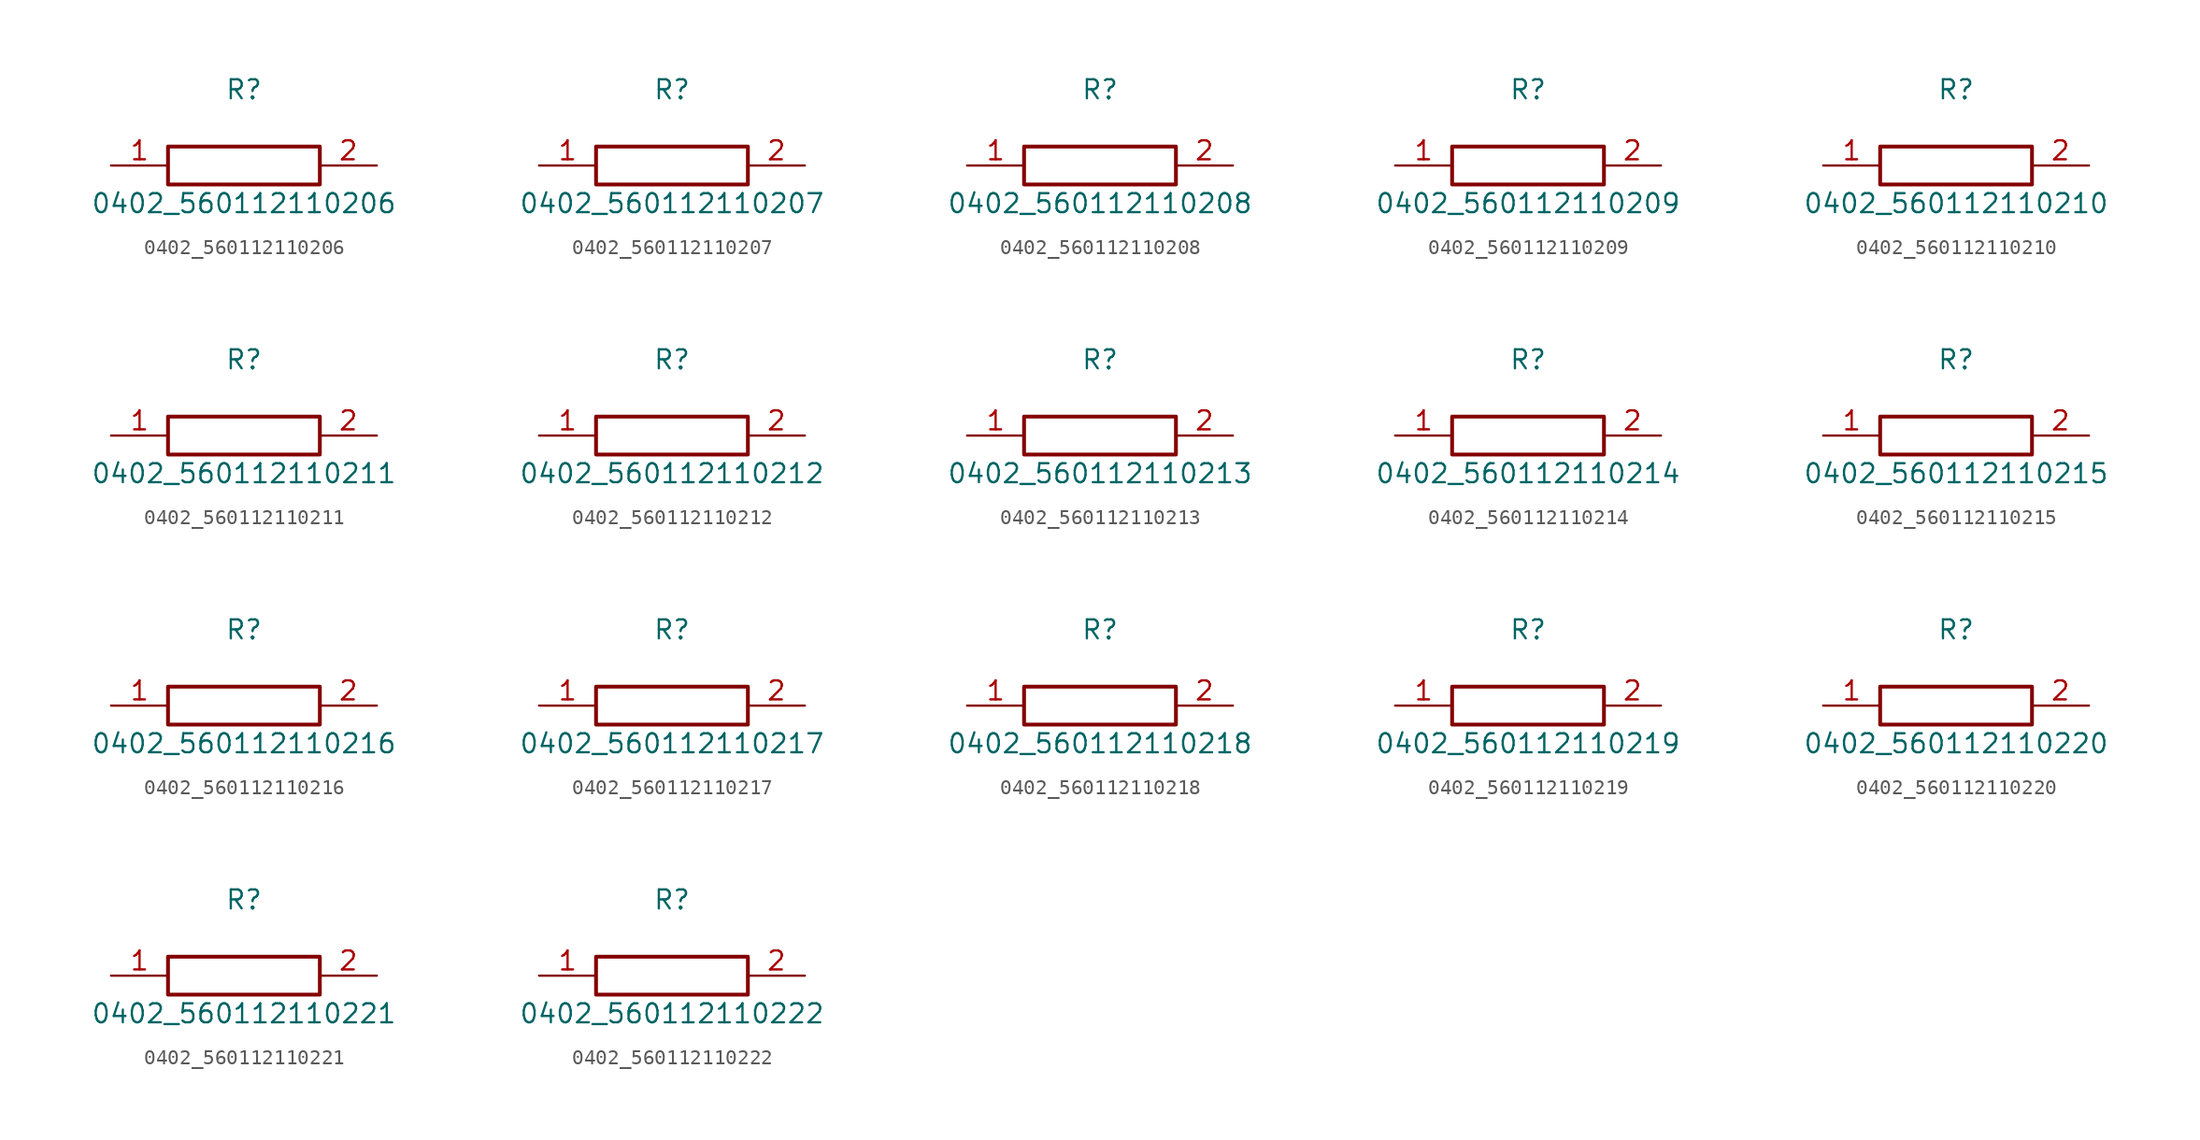
<source format=kicad_sym>
(kicad_symbol_lib
  (version 20211014)
  (generator kicad_symbol_editor)
  (symbol "Resistor_Wurth_WRIS-RSKS:0402_560112110206"
    (pin_names hide)
    (property "Reference" "R"
      (at 0 5.08 0)
      (effects (font (size 1.27 1.27))))
    (property "Value" "0402_560112110206"
      (at 0 -2.54 0)
      (effects (font (size 1.27 1.27))))
    (symbol "0402_560112110206_0_1"
      (rectangle (start -5.08 1.27) (end 5.08 -1.27) (stroke (width 0.254) (type solid)) (fill (type none)))
      (pin passive line (at -8.89 0 0) (length 3.81) (name "1" (effects (font (size 1.27 1.27)))) (number "1" (effects (font (size 1.27 1.27)))))
      (pin passive line (at 8.89 0 180) (length 3.81) (name "2" (effects (font (size 1.27 1.27)))) (number "2" (effects (font (size 1.27 1.27)))))))
  (symbol "Resistor_Wurth_WRIS-RSKS:0402_560112110207"
    (pin_names hide)
    (property "Reference" "R"
      (at 0 5.08 0)
      (effects (font (size 1.27 1.27))))
    (property "Value" "0402_560112110207"
      (at 0 -2.54 0)
      (effects (font (size 1.27 1.27))))
    (symbol "0402_560112110207_0_1"
      (rectangle (start -5.08 1.27) (end 5.08 -1.27) (stroke (width 0.254) (type solid)) (fill (type none)))
      (pin passive line (at -8.89 0 0) (length 3.81) (name "1" (effects (font (size 1.27 1.27)))) (number "1" (effects (font (size 1.27 1.27)))))
      (pin passive line (at 8.89 0 180) (length 3.81) (name "2" (effects (font (size 1.27 1.27)))) (number "2" (effects (font (size 1.27 1.27)))))))
  (symbol "Resistor_Wurth_WRIS-RSKS:0402_560112110208"
    (pin_names hide)
    (property "Reference" "R"
      (at 0 5.08 0)
      (effects (font (size 1.27 1.27))))
    (property "Value" "0402_560112110208"
      (at 0 -2.54 0)
      (effects (font (size 1.27 1.27))))
    (symbol "0402_560112110208_0_1"
      (rectangle (start -5.08 1.27) (end 5.08 -1.27) (stroke (width 0.254) (type solid)) (fill (type none)))
      (pin passive line (at -8.89 0 0) (length 3.81) (name "1" (effects (font (size 1.27 1.27)))) (number "1" (effects (font (size 1.27 1.27)))))
      (pin passive line (at 8.89 0 180) (length 3.81) (name "2" (effects (font (size 1.27 1.27)))) (number "2" (effects (font (size 1.27 1.27)))))))
  (symbol "Resistor_Wurth_WRIS-RSKS:0402_560112110209"
    (pin_names hide)
    (property "Reference" "R"
      (at 0 5.08 0)
      (effects (font (size 1.27 1.27))))
    (property "Value" "0402_560112110209"
      (at 0 -2.54 0)
      (effects (font (size 1.27 1.27))))
    (symbol "0402_560112110209_0_1"
      (rectangle (start -5.08 1.27) (end 5.08 -1.27) (stroke (width 0.254) (type solid)) (fill (type none)))
      (pin passive line (at -8.89 0 0) (length 3.81) (name "1" (effects (font (size 1.27 1.27)))) (number "1" (effects (font (size 1.27 1.27)))))
      (pin passive line (at 8.89 0 180) (length 3.81) (name "2" (effects (font (size 1.27 1.27)))) (number "2" (effects (font (size 1.27 1.27)))))))
  (symbol "Resistor_Wurth_WRIS-RSKS:0402_560112110210"
    (pin_names hide)
    (property "Reference" "R"
      (at 0 5.08 0)
      (effects (font (size 1.27 1.27))))
    (property "Value" "0402_560112110210"
      (at 0 -2.54 0)
      (effects (font (size 1.27 1.27))))
    (symbol "0402_560112110210_0_1"
      (rectangle (start -5.08 1.27) (end 5.08 -1.27) (stroke (width 0.254) (type solid)) (fill (type none)))
      (pin passive line (at -8.89 0 0) (length 3.81) (name "1" (effects (font (size 1.27 1.27)))) (number "1" (effects (font (size 1.27 1.27)))))
      (pin passive line (at 8.89 0 180) (length 3.81) (name "2" (effects (font (size 1.27 1.27)))) (number "2" (effects (font (size 1.27 1.27)))))))
  (symbol "Resistor_Wurth_WRIS-RSKS:0402_560112110211"
    (pin_names hide)
    (property "Reference" "R"
      (at 0 5.08 0)
      (effects (font (size 1.27 1.27))))
    (property "Value" "0402_560112110211"
      (at 0 -2.54 0)
      (effects (font (size 1.27 1.27))))
    (symbol "0402_560112110211_0_1"
      (rectangle (start -5.08 1.27) (end 5.08 -1.27) (stroke (width 0.254) (type solid)) (fill (type none)))
      (pin passive line (at -8.89 0 0) (length 3.81) (name "1" (effects (font (size 1.27 1.27)))) (number "1" (effects (font (size 1.27 1.27)))))
      (pin passive line (at 8.89 0 180) (length 3.81) (name "2" (effects (font (size 1.27 1.27)))) (number "2" (effects (font (size 1.27 1.27)))))))
  (symbol "Resistor_Wurth_WRIS-RSKS:0402_560112110212"
    (pin_names hide)
    (property "Reference" "R"
      (at 0 5.08 0)
      (effects (font (size 1.27 1.27))))
    (property "Value" "0402_560112110212"
      (at 0 -2.54 0)
      (effects (font (size 1.27 1.27))))
    (symbol "0402_560112110212_0_1"
      (rectangle (start -5.08 1.27) (end 5.08 -1.27) (stroke (width 0.254) (type solid)) (fill (type none)))
      (pin passive line (at -8.89 0 0) (length 3.81) (name "1" (effects (font (size 1.27 1.27)))) (number "1" (effects (font (size 1.27 1.27)))))
      (pin passive line (at 8.89 0 180) (length 3.81) (name "2" (effects (font (size 1.27 1.27)))) (number "2" (effects (font (size 1.27 1.27)))))))
  (symbol "Resistor_Wurth_WRIS-RSKS:0402_560112110213"
    (pin_names hide)
    (property "Reference" "R"
      (at 0 5.08 0)
      (effects (font (size 1.27 1.27))))
    (property "Value" "0402_560112110213"
      (at 0 -2.54 0)
      (effects (font (size 1.27 1.27))))
    (symbol "0402_560112110213_0_1"
      (rectangle (start -5.08 1.27) (end 5.08 -1.27) (stroke (width 0.254) (type solid)) (fill (type none)))
      (pin passive line (at -8.89 0 0) (length 3.81) (name "1" (effects (font (size 1.27 1.27)))) (number "1" (effects (font (size 1.27 1.27)))))
      (pin passive line (at 8.89 0 180) (length 3.81) (name "2" (effects (font (size 1.27 1.27)))) (number "2" (effects (font (size 1.27 1.27)))))))
  (symbol "Resistor_Wurth_WRIS-RSKS:0402_560112110214"
    (pin_names hide)
    (property "Reference" "R"
      (at 0 5.08 0)
      (effects (font (size 1.27 1.27))))
    (property "Value" "0402_560112110214"
      (at 0 -2.54 0)
      (effects (font (size 1.27 1.27))))
    (symbol "0402_560112110214_0_1"
      (rectangle (start -5.08 1.27) (end 5.08 -1.27) (stroke (width 0.254) (type solid)) (fill (type none)))
      (pin passive line (at -8.89 0 0) (length 3.81) (name "1" (effects (font (size 1.27 1.27)))) (number "1" (effects (font (size 1.27 1.27)))))
      (pin passive line (at 8.89 0 180) (length 3.81) (name "2" (effects (font (size 1.27 1.27)))) (number "2" (effects (font (size 1.27 1.27)))))))
  (symbol "Resistor_Wurth_WRIS-RSKS:0402_560112110215"
    (pin_names hide)
    (property "Reference" "R"
      (at 0 5.08 0)
      (effects (font (size 1.27 1.27))))
    (property "Value" "0402_560112110215"
      (at 0 -2.54 0)
      (effects (font (size 1.27 1.27))))
    (symbol "0402_560112110215_0_1"
      (rectangle (start -5.08 1.27) (end 5.08 -1.27) (stroke (width 0.254) (type solid)) (fill (type none)))
      (pin passive line (at -8.89 0 0) (length 3.81) (name "1" (effects (font (size 1.27 1.27)))) (number "1" (effects (font (size 1.27 1.27)))))
      (pin passive line (at 8.89 0 180) (length 3.81) (name "2" (effects (font (size 1.27 1.27)))) (number "2" (effects (font (size 1.27 1.27)))))))
  (symbol "Resistor_Wurth_WRIS-RSKS:0402_560112110216"
    (pin_names hide)
    (property "Reference" "R"
      (at 0 5.08 0)
      (effects (font (size 1.27 1.27))))
    (property "Value" "0402_560112110216"
      (at 0 -2.54 0)
      (effects (font (size 1.27 1.27))))
    (symbol "0402_560112110216_0_1"
      (rectangle (start -5.08 1.27) (end 5.08 -1.27) (stroke (width 0.254) (type solid)) (fill (type none)))
      (pin passive line (at -8.89 0 0) (length 3.81) (name "1" (effects (font (size 1.27 1.27)))) (number "1" (effects (font (size 1.27 1.27)))))
      (pin passive line (at 8.89 0 180) (length 3.81) (name "2" (effects (font (size 1.27 1.27)))) (number "2" (effects (font (size 1.27 1.27)))))))
  (symbol "Resistor_Wurth_WRIS-RSKS:0402_560112110217"
    (pin_names hide)
    (property "Reference" "R"
      (at 0 5.08 0)
      (effects (font (size 1.27 1.27))))
    (property "Value" "0402_560112110217"
      (at 0 -2.54 0)
      (effects (font (size 1.27 1.27))))
    (symbol "0402_560112110217_0_1"
      (rectangle (start -5.08 1.27) (end 5.08 -1.27) (stroke (width 0.254) (type solid)) (fill (type none)))
      (pin passive line (at -8.89 0 0) (length 3.81) (name "1" (effects (font (size 1.27 1.27)))) (number "1" (effects (font (size 1.27 1.27)))))
      (pin passive line (at 8.89 0 180) (length 3.81) (name "2" (effects (font (size 1.27 1.27)))) (number "2" (effects (font (size 1.27 1.27)))))))
  (symbol "Resistor_Wurth_WRIS-RSKS:0402_560112110218"
    (pin_names hide)
    (property "Reference" "R"
      (at 0 5.08 0)
      (effects (font (size 1.27 1.27))))
    (property "Value" "0402_560112110218"
      (at 0 -2.54 0)
      (effects (font (size 1.27 1.27))))
    (symbol "0402_560112110218_0_1"
      (rectangle (start -5.08 1.27) (end 5.08 -1.27) (stroke (width 0.254) (type solid)) (fill (type none)))
      (pin passive line (at -8.89 0 0) (length 3.81) (name "1" (effects (font (size 1.27 1.27)))) (number "1" (effects (font (size 1.27 1.27)))))
      (pin passive line (at 8.89 0 180) (length 3.81) (name "2" (effects (font (size 1.27 1.27)))) (number "2" (effects (font (size 1.27 1.27)))))))
  (symbol "Resistor_Wurth_WRIS-RSKS:0402_560112110219"
    (pin_names hide)
    (property "Reference" "R"
      (at 0 5.08 0)
      (effects (font (size 1.27 1.27))))
    (property "Value" "0402_560112110219"
      (at 0 -2.54 0)
      (effects (font (size 1.27 1.27))))
    (symbol "0402_560112110219_0_1"
      (rectangle (start -5.08 1.27) (end 5.08 -1.27) (stroke (width 0.254) (type solid)) (fill (type none)))
      (pin passive line (at -8.89 0 0) (length 3.81) (name "1" (effects (font (size 1.27 1.27)))) (number "1" (effects (font (size 1.27 1.27)))))
      (pin passive line (at 8.89 0 180) (length 3.81) (name "2" (effects (font (size 1.27 1.27)))) (number "2" (effects (font (size 1.27 1.27)))))))
  (symbol "Resistor_Wurth_WRIS-RSKS:0402_560112110220"
    (pin_names hide)
    (property "Reference" "R"
      (at 0 5.08 0)
      (effects (font (size 1.27 1.27))))
    (property "Value" "0402_560112110220"
      (at 0 -2.54 0)
      (effects (font (size 1.27 1.27))))
    (symbol "0402_560112110220_0_1"
      (rectangle (start -5.08 1.27) (end 5.08 -1.27) (stroke (width 0.254) (type solid)) (fill (type none)))
      (pin passive line (at -8.89 0 0) (length 3.81) (name "1" (effects (font (size 1.27 1.27)))) (number "1" (effects (font (size 1.27 1.27)))))
      (pin passive line (at 8.89 0 180) (length 3.81) (name "2" (effects (font (size 1.27 1.27)))) (number "2" (effects (font (size 1.27 1.27)))))))
  (symbol "Resistor_Wurth_WRIS-RSKS:0402_560112110221"
    (pin_names hide)
    (property "Reference" "R"
      (at 0 5.08 0)
      (effects (font (size 1.27 1.27))))
    (property "Value" "0402_560112110221"
      (at 0 -2.54 0)
      (effects (font (size 1.27 1.27))))
    (symbol "0402_560112110221_0_1"
      (rectangle (start -5.08 1.27) (end 5.08 -1.27) (stroke (width 0.254) (type solid)) (fill (type none)))
      (pin passive line (at -8.89 0 0) (length 3.81) (name "1" (effects (font (size 1.27 1.27)))) (number "1" (effects (font (size 1.27 1.27)))))
      (pin passive line (at 8.89 0 180) (length 3.81) (name "2" (effects (font (size 1.27 1.27)))) (number "2" (effects (font (size 1.27 1.27)))))))
  (symbol "Resistor_Wurth_WRIS-RSKS:0402_560112110222"
    (pin_names hide)
    (property "Reference" "R"
      (at 0 5.08 0)
      (effects (font (size 1.27 1.27))))
    (property "Value" "0402_560112110222"
      (at 0 -2.54 0)
      (effects (font (size 1.27 1.27))))
    (symbol "0402_560112110222_0_1"
      (rectangle (start -5.08 1.27) (end 5.08 -1.27) (stroke (width 0.254) (type solid)) (fill (type none)))
      (pin passive line (at -8.89 0 0) (length 3.81) (name "1" (effects (font (size 1.27 1.27)))) (number "1" (effects (font (size 1.27 1.27)))))
      (pin passive line (at 8.89 0 180) (length 3.81) (name "2" (effects (font (size 1.27 1.27)))) (number "2" (effects (font (size 1.27 1.27))))))))
</source>
